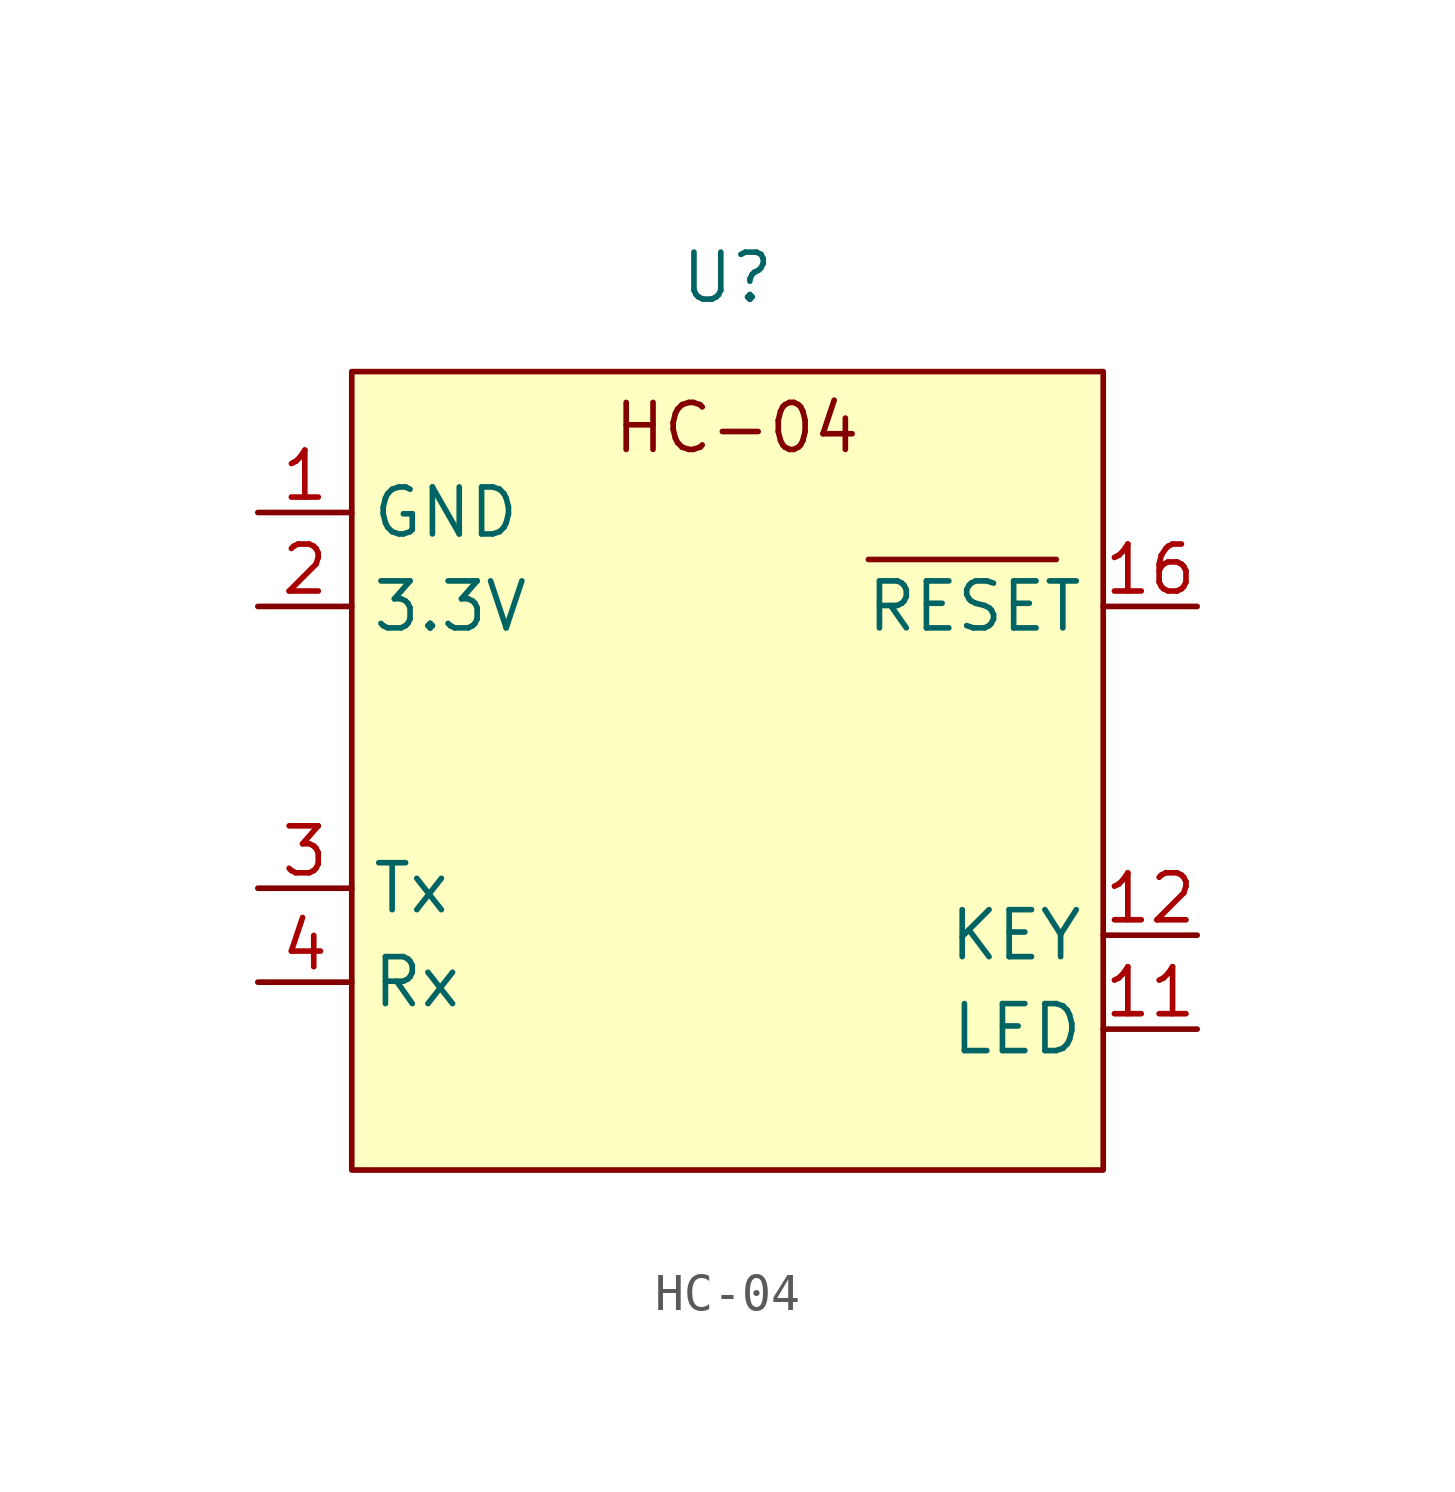
<source format=kicad_sym>
(kicad_symbol_lib
  (version 20231120)
  (generator "kicad_symbol_editor")
  (generator_version "8.0")
  (symbol "HC-04"
    (property "Reference" "U"
      (at 0 0 0)
      (effects (font (size 1.27 1.27))))
    (property "Value" ""
      (at 0 0 0)
      (effects (font (size 1.27 1.27))))
    (symbol "HC-04_0_1"
      (polyline (pts (xy 8.89 -7.62) (xy 3.81 -7.62)) (stroke (width 0) (type default)) (fill (type none))))
    (symbol "HC-04_1_1"
      (rectangle (start -10.16 -2.54) (end 10.16 -24.13) (stroke (width 0) (type default)) (fill (type background)))
      (text "HC-04" (at 0.254 -4.064 0) (effects (font (size 1.27 1.27))))
      (pin input line (at -12.7 -6.35 0) (length 2.54) (name "GND" (effects (font (size 1.27 1.27)))) (number "1" (effects (font (size 1.27 1.27)))))
      (pin input line (at 12.7 -20.32 180) (length 2.54) (name "LED" (effects (font (size 1.27 1.27)))) (number "11" (effects (font (size 1.27 1.27)))))
      (pin input line (at 12.7 -17.78 180) (length 2.54) (name "KEY" (effects (font (size 1.27 1.27)))) (number "12" (effects (font (size 1.27 1.27)))))
      (pin input line (at 12.7 -8.89 180) (length 2.54) (name "RESET" (effects (font (size 1.27 1.27)))) (number "16" (effects (font (size 1.27 1.27)))))
      (pin input line (at -12.7 -8.89 0) (length 2.54) (name "3.3V" (effects (font (size 1.27 1.27)))) (number "2" (effects (font (size 1.27 1.27)))))
      (pin output line (at -12.7 -16.51 0) (length 2.54) (name "Tx" (effects (font (size 1.27 1.27)))) (number "3" (effects (font (size 1.27 1.27)))))
      (pin input line (at -12.7 -19.05 0) (length 2.54) (name "Rx" (effects (font (size 1.27 1.27)))) (number "4" (effects (font (size 1.27 1.27))))))))
</source>
